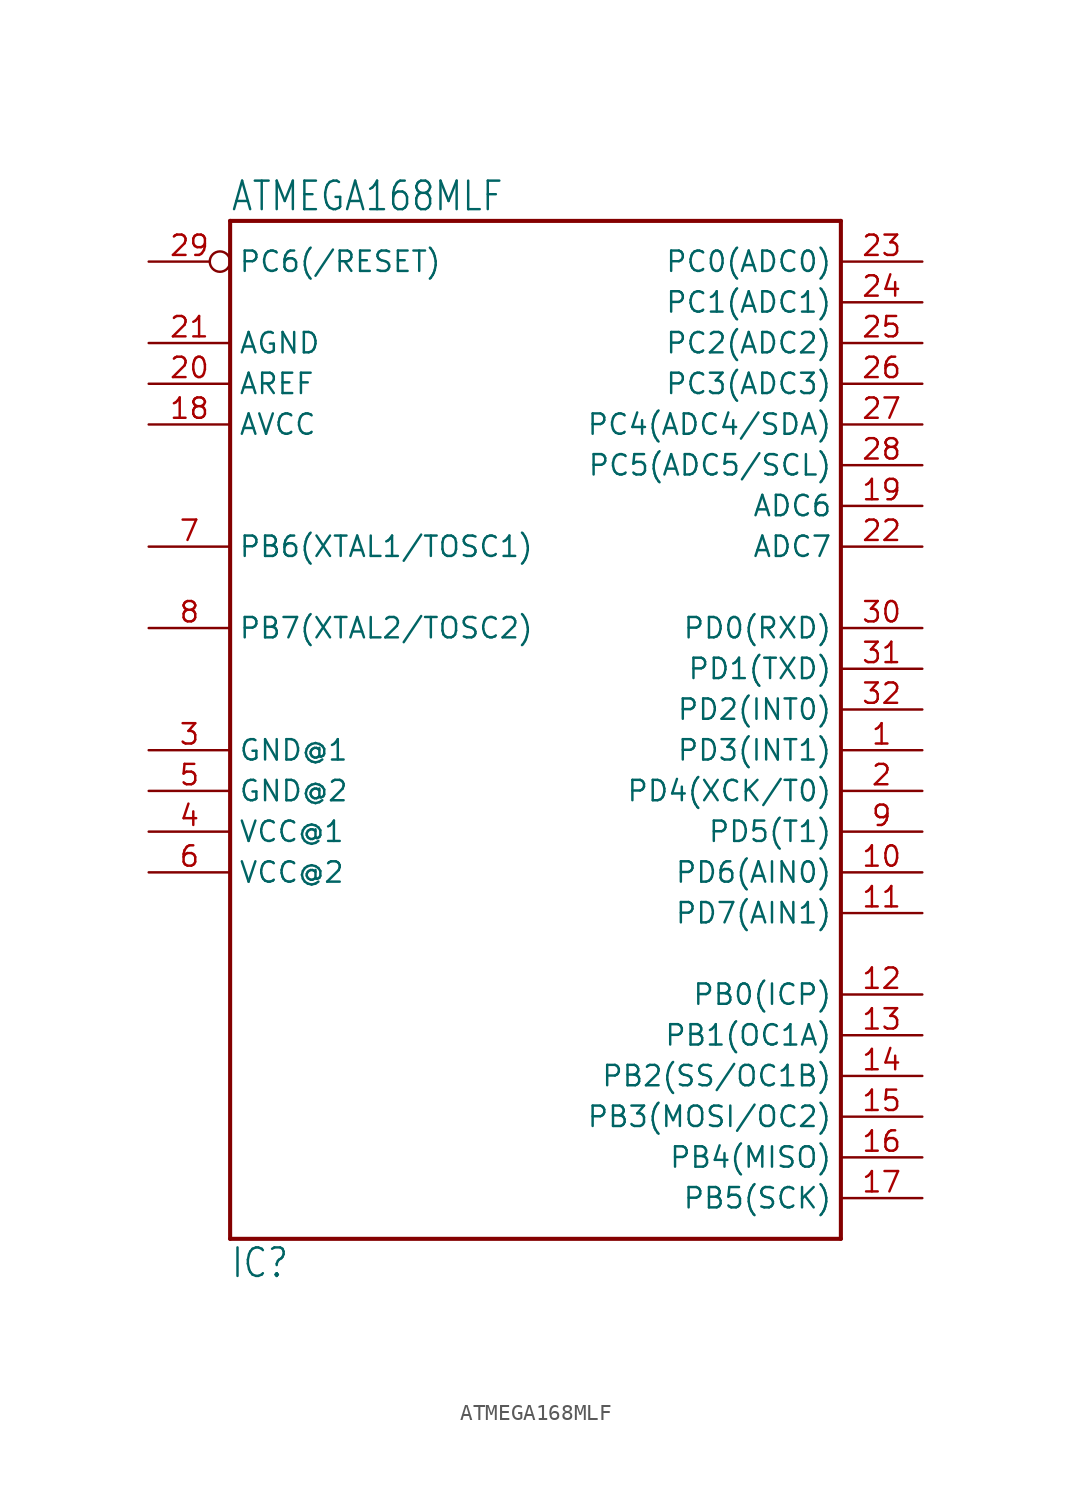
<source format=kicad_sym>
(kicad_symbol_lib
  (version 20211014)
  (generator kicad_symbol_editor)
  (symbol "ATMEGA168MLF"
    (property "Reference" "IC"
      (at -17.78 -38.1 0)
      (effects (font (size 1.778 1.511)) (justify left bottom)))
    (property "Value" "ATMEGA168MLF"
      (at -17.78 28.448 0)
      (effects (font (size 1.778 1.511)) (justify left bottom)))
    (property "ki_locked" ""
      (at 0 0 0)
      (effects (font (size 1.27 1.27))))
    (symbol "ATMEGA168MLF_1_0"
      (polyline (pts (xy -17.78 -35.56) (xy -17.78 27.94)) (stroke (width 0.254) (type default) (color 0 0 0 0)) (fill (type none)))
      (polyline (pts (xy -17.78 27.94) (xy 20.32 27.94)) (stroke (width 0.254) (type default) (color 0 0 0 0)) (fill (type none)))
      (polyline (pts (xy 20.32 -35.56) (xy -17.78 -35.56)) (stroke (width 0.254) (type default) (color 0 0 0 0)) (fill (type none)))
      (polyline (pts (xy 20.32 27.94) (xy 20.32 -35.56)) (stroke (width 0.254) (type default) (color 0 0 0 0)) (fill (type none)))
      (pin bidirectional line (at 25.4 -5.08 180) (length 5.08) (name "PD3(INT1)" (effects (font (size 1.27 1.27)))) (number "1" (effects (font (size 1.27 1.27)))))
      (pin bidirectional line (at 25.4 -12.7 180) (length 5.08) (name "PD6(AIN0)" (effects (font (size 1.27 1.27)))) (number "10" (effects (font (size 1.27 1.27)))))
      (pin bidirectional line (at 25.4 -15.24 180) (length 5.08) (name "PD7(AIN1)" (effects (font (size 1.27 1.27)))) (number "11" (effects (font (size 1.27 1.27)))))
      (pin bidirectional line (at 25.4 -20.32 180) (length 5.08) (name "PB0(ICP)" (effects (font (size 1.27 1.27)))) (number "12" (effects (font (size 1.27 1.27)))))
      (pin bidirectional line (at 25.4 -22.86 180) (length 5.08) (name "PB1(OC1A)" (effects (font (size 1.27 1.27)))) (number "13" (effects (font (size 1.27 1.27)))))
      (pin bidirectional line (at 25.4 -25.4 180) (length 5.08) (name "PB2(SS/OC1B)" (effects (font (size 1.27 1.27)))) (number "14" (effects (font (size 1.27 1.27)))))
      (pin bidirectional line (at 25.4 -27.94 180) (length 5.08) (name "PB3(MOSI/OC2)" (effects (font (size 1.27 1.27)))) (number "15" (effects (font (size 1.27 1.27)))))
      (pin bidirectional line (at 25.4 -30.48 180) (length 5.08) (name "PB4(MISO)" (effects (font (size 1.27 1.27)))) (number "16" (effects (font (size 1.27 1.27)))))
      (pin bidirectional line (at 25.4 -33.02 180) (length 5.08) (name "PB5(SCK)" (effects (font (size 1.27 1.27)))) (number "17" (effects (font (size 1.27 1.27)))))
      (pin bidirectional line (at -22.86 15.24 0) (length 5.08) (name "AVCC" (effects (font (size 1.27 1.27)))) (number "18" (effects (font (size 1.27 1.27)))))
      (pin bidirectional line (at 25.4 10.16 180) (length 5.08) (name "ADC6" (effects (font (size 1.27 1.27)))) (number "19" (effects (font (size 1.27 1.27)))))
      (pin bidirectional line (at 25.4 -7.62 180) (length 5.08) (name "PD4(XCK/T0)" (effects (font (size 1.27 1.27)))) (number "2" (effects (font (size 1.27 1.27)))))
      (pin bidirectional line (at -22.86 17.78 0) (length 5.08) (name "AREF" (effects (font (size 1.27 1.27)))) (number "20" (effects (font (size 1.27 1.27)))))
      (pin bidirectional line (at -22.86 20.32 0) (length 5.08) (name "AGND" (effects (font (size 1.27 1.27)))) (number "21" (effects (font (size 1.27 1.27)))))
      (pin bidirectional line (at 25.4 7.62 180) (length 5.08) (name "ADC7" (effects (font (size 1.27 1.27)))) (number "22" (effects (font (size 1.27 1.27)))))
      (pin bidirectional line (at 25.4 25.4 180) (length 5.08) (name "PC0(ADC0)" (effects (font (size 1.27 1.27)))) (number "23" (effects (font (size 1.27 1.27)))))
      (pin bidirectional line (at 25.4 22.86 180) (length 5.08) (name "PC1(ADC1)" (effects (font (size 1.27 1.27)))) (number "24" (effects (font (size 1.27 1.27)))))
      (pin bidirectional line (at 25.4 20.32 180) (length 5.08) (name "PC2(ADC2)" (effects (font (size 1.27 1.27)))) (number "25" (effects (font (size 1.27 1.27)))))
      (pin bidirectional line (at 25.4 17.78 180) (length 5.08) (name "PC3(ADC3)" (effects (font (size 1.27 1.27)))) (number "26" (effects (font (size 1.27 1.27)))))
      (pin bidirectional line (at 25.4 15.24 180) (length 5.08) (name "PC4(ADC4/SDA)" (effects (font (size 1.27 1.27)))) (number "27" (effects (font (size 1.27 1.27)))))
      (pin bidirectional line (at 25.4 12.7 180) (length 5.08) (name "PC5(ADC5/SCL)" (effects (font (size 1.27 1.27)))) (number "28" (effects (font (size 1.27 1.27)))))
      (pin bidirectional inverted (at -22.86 25.4 0) (length 5.08) (name "PC6(/RESET)" (effects (font (size 1.27 1.27)))) (number "29" (effects (font (size 1.27 1.27)))))
      (pin bidirectional line (at -22.86 -5.08 0) (length 5.08) (name "GND@1" (effects (font (size 1.27 1.27)))) (number "3" (effects (font (size 1.27 1.27)))))
      (pin bidirectional line (at 25.4 2.54 180) (length 5.08) (name "PD0(RXD)" (effects (font (size 1.27 1.27)))) (number "30" (effects (font (size 1.27 1.27)))))
      (pin bidirectional line (at 25.4 0 180) (length 5.08) (name "PD1(TXD)" (effects (font (size 1.27 1.27)))) (number "31" (effects (font (size 1.27 1.27)))))
      (pin bidirectional line (at 25.4 -2.54 180) (length 5.08) (name "PD2(INT0)" (effects (font (size 1.27 1.27)))) (number "32" (effects (font (size 1.27 1.27)))))
      (pin bidirectional line (at -22.86 -10.16 0) (length 5.08) (name "VCC@1" (effects (font (size 1.27 1.27)))) (number "4" (effects (font (size 1.27 1.27)))))
      (pin bidirectional line (at -22.86 -7.62 0) (length 5.08) (name "GND@2" (effects (font (size 1.27 1.27)))) (number "5" (effects (font (size 1.27 1.27)))))
      (pin bidirectional line (at -22.86 -12.7 0) (length 5.08) (name "VCC@2" (effects (font (size 1.27 1.27)))) (number "6" (effects (font (size 1.27 1.27)))))
      (pin bidirectional line (at -22.86 7.62 0) (length 5.08) (name "PB6(XTAL1/TOSC1)" (effects (font (size 1.27 1.27)))) (number "7" (effects (font (size 1.27 1.27)))))
      (pin bidirectional line (at -22.86 2.54 0) (length 5.08) (name "PB7(XTAL2/TOSC2)" (effects (font (size 1.27 1.27)))) (number "8" (effects (font (size 1.27 1.27)))))
      (pin bidirectional line (at 25.4 -10.16 180) (length 5.08) (name "PD5(T1)" (effects (font (size 1.27 1.27)))) (number "9" (effects (font (size 1.27 1.27))))))))
</source>
